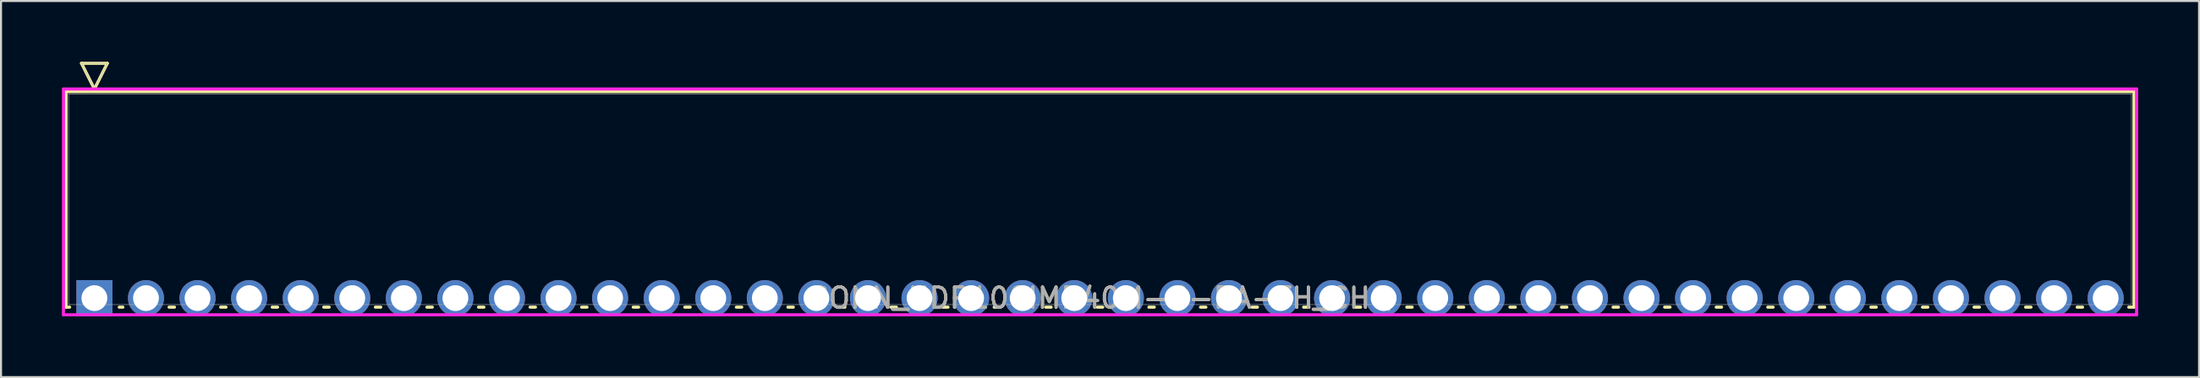
<source format=kicad_pcb>
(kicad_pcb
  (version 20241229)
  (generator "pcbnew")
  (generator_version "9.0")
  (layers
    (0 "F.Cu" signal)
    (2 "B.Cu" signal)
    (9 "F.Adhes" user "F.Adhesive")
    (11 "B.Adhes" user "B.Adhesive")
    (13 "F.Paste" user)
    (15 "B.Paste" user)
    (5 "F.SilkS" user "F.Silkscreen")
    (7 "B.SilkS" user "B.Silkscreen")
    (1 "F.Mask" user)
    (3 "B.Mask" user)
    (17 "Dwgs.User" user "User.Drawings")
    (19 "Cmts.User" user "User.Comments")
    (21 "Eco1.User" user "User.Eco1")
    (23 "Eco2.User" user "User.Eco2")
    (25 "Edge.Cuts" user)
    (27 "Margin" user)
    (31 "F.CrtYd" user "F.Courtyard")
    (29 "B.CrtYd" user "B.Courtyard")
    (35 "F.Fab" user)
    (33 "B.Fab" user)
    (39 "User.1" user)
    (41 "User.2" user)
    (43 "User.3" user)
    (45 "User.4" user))
  (footprint "CONN_HDR100IMP40M-G-RA-TH_CHQ"
    (layer "F.Cu")
    (at 1.6 11.669)
    (property "Reference" "CONN_HDR100IMP40M-G-RA-TH_CHQ" (at 49.53 0 0) (unlocked yes) (layer "F.SilkS") (effects (font (size 1 1) (thickness 0.15))))
    (attr through_hole)
    (fp_line (start -1.397 -10.196) (end -1.397 0.447) (stroke (width 0.152) (type solid)) (layer "F.SilkS"))
    (fp_line (start -1.397 0.447) (end -1.222 0.447) (stroke (width 0.152) (type solid)) (layer "F.SilkS"))
    (fp_line (start -0.635 -11.593) (end 0.635 -11.593) (stroke (width 0.152) (type solid)) (layer "F.SilkS"))
    (fp_line (start 0 -10.323) (end -0.635 -11.593) (stroke (width 0.152) (type solid)) (layer "F.SilkS"))
    (fp_line (start 0.635 -11.593) (end 0 -10.323) (stroke (width 0.152) (type solid)) (layer "F.SilkS"))
    (fp_line (start 1.222 0.447) (end 1.403 0.447) (stroke (width 0.152) (type solid)) (layer "F.SilkS"))
    (fp_line (start 3.677 0.447) (end 3.943 0.447) (stroke (width 0.152) (type solid)) (layer "F.SilkS"))
    (fp_line (start 6.217 0.447) (end 6.483 0.447) (stroke (width 0.152) (type solid)) (layer "F.SilkS"))
    (fp_line (start 8.757 0.447) (end 9.023 0.447) (stroke (width 0.152) (type solid)) (layer "F.SilkS"))
    (fp_line (start 11.297 0.447) (end 11.563 0.447) (stroke (width 0.152) (type solid)) (layer "F.SilkS"))
    (fp_line (start 13.837 0.447) (end 14.103 0.447) (stroke (width 0.152) (type solid)) (layer "F.SilkS"))
    (fp_line (start 16.377 0.447) (end 16.643 0.447) (stroke (width 0.152) (type solid)) (layer "F.SilkS"))
    (fp_line (start 18.917 0.447) (end 19.183 0.447) (stroke (width 0.152) (type solid)) (layer "F.SilkS"))
    (fp_line (start 21.457 0.447) (end 21.723 0.447) (stroke (width 0.152) (type solid)) (layer "F.SilkS"))
    (fp_line (start 23.997 0.447) (end 24.263 0.447) (stroke (width 0.152) (type solid)) (layer "F.SilkS"))
    (fp_line (start 26.537 0.447) (end 26.803 0.447) (stroke (width 0.152) (type solid)) (layer "F.SilkS"))
    (fp_line (start 29.077 0.447) (end 29.343 0.447) (stroke (width 0.152) (type solid)) (layer "F.SilkS"))
    (fp_line (start 31.617 0.447) (end 31.883 0.447) (stroke (width 0.152) (type solid)) (layer "F.SilkS"))
    (fp_line (start 34.157 0.447) (end 34.423 0.447) (stroke (width 0.152) (type solid)) (layer "F.SilkS"))
    (fp_line (start 36.697 0.447) (end 36.963 0.447) (stroke (width 0.152) (type solid)) (layer "F.SilkS"))
    (fp_line (start 39.237 0.447) (end 39.503 0.447) (stroke (width 0.152) (type solid)) (layer "F.SilkS"))
    (fp_line (start 41.777 0.447) (end 42.043 0.447) (stroke (width 0.152) (type solid)) (layer "F.SilkS"))
    (fp_line (start 44.317 0.447) (end 44.583 0.447) (stroke (width 0.152) (type solid)) (layer "F.SilkS"))
    (fp_line (start 46.857 0.447) (end 47.123 0.447) (stroke (width 0.152) (type solid)) (layer "F.SilkS"))
    (fp_line (start 49.397 0.447) (end 49.663 0.447) (stroke (width 0.152) (type solid)) (layer "F.SilkS"))
    (fp_line (start 51.937 0.447) (end 52.203 0.447) (stroke (width 0.152) (type solid)) (layer "F.SilkS"))
    (fp_line (start 54.477 0.447) (end 54.743 0.447) (stroke (width 0.152) (type solid)) (layer "F.SilkS"))
    (fp_line (start 57.017 0.447) (end 57.283 0.447) (stroke (width 0.152) (type solid)) (layer "F.SilkS"))
    (fp_line (start 59.557 0.447) (end 59.823 0.447) (stroke (width 0.152) (type solid)) (layer "F.SilkS"))
    (fp_line (start 62.097 0.447) (end 62.363 0.447) (stroke (width 0.152) (type solid)) (layer "F.SilkS"))
    (fp_line (start 64.637 0.447) (end 64.903 0.447) (stroke (width 0.152) (type solid)) (layer "F.SilkS"))
    (fp_line (start 67.177 0.447) (end 67.443 0.447) (stroke (width 0.152) (type solid)) (layer "F.SilkS"))
    (fp_line (start 69.717 0.447) (end 69.983 0.447) (stroke (width 0.152) (type solid)) (layer "F.SilkS"))
    (fp_line (start 72.257 0.447) (end 72.523 0.447) (stroke (width 0.152) (type solid)) (layer "F.SilkS"))
    (fp_line (start 74.797 0.447) (end 75.063 0.447) (stroke (width 0.152) (type solid)) (layer "F.SilkS"))
    (fp_line (start 77.337 0.447) (end 77.603 0.447) (stroke (width 0.152) (type solid)) (layer "F.SilkS"))
    (fp_line (start 79.877 0.447) (end 80.143 0.447) (stroke (width 0.152) (type solid)) (layer "F.SilkS"))
    (fp_line (start 82.417 0.447) (end 82.683 0.447) (stroke (width 0.152) (type solid)) (layer "F.SilkS"))
    (fp_line (start 84.957 0.447) (end 85.223 0.447) (stroke (width 0.152) (type solid)) (layer "F.SilkS"))
    (fp_line (start 87.497 0.447) (end 87.763 0.447) (stroke (width 0.152) (type solid)) (layer "F.SilkS"))
    (fp_line (start 90.037 0.447) (end 90.303 0.447) (stroke (width 0.152) (type solid)) (layer "F.SilkS"))
    (fp_line (start 92.577 0.447) (end 92.843 0.447) (stroke (width 0.152) (type solid)) (layer "F.SilkS"))
    (fp_line (start 95.117 0.447) (end 95.383 0.447) (stroke (width 0.152) (type solid)) (layer "F.SilkS"))
    (fp_line (start 97.657 0.447) (end 97.923 0.447) (stroke (width 0.152) (type solid)) (layer "F.SilkS"))
    (fp_line (start 100.197 0.447) (end 100.457 0.447) (stroke (width 0.152) (type solid)) (layer "F.SilkS"))
    (fp_line (start 100.457 -10.196) (end -1.397 -10.196) (stroke (width 0.152) (type solid)) (layer "F.SilkS"))
    (fp_line (start 100.457 0.447) (end 100.457 -10.196) (stroke (width 0.152) (type solid)) (layer "F.SilkS"))
    (fp_line (start -1.524 -10.323) (end -1.524 0.823) (stroke (width 0.152) (type solid)) (layer "F.CrtYd"))
    (fp_line (start -1.524 0.823) (end 100.584 0.823) (stroke (width 0.152) (type solid)) (layer "F.CrtYd"))
    (fp_line (start 100.584 -10.323) (end -1.524 -10.323) (stroke (width 0.152) (type solid)) (layer "F.CrtYd"))
    (fp_line (start 100.584 0.823) (end 100.584 -10.323) (stroke (width 0.152) (type solid)) (layer "F.CrtYd"))
    (fp_line (start -1.27 -10.069) (end -1.27 0.32) (stroke (width 0.025) (type solid)) (layer "F.Fab"))
    (fp_line (start -1.27 0.32) (end 100.33 0.32) (stroke (width 0.025) (type solid)) (layer "F.Fab"))
    (fp_line (start -0.635 -11.593) (end 0.635 -11.593) (stroke (width 0.025) (type solid)) (layer "F.Fab"))
    (fp_line (start 0 -10.323) (end -0.635 -11.593) (stroke (width 0.025) (type solid)) (layer "F.Fab"))
    (fp_line (start 0.635 -11.593) (end 0 -10.323) (stroke (width 0.025) (type solid)) (layer "F.Fab"))
    (fp_line (start 100.33 -10.069) (end -1.27 -10.069) (stroke (width 0.025) (type solid)) (layer "F.Fab"))
    (fp_line (start 100.33 0.32) (end 100.33 -10.069) (stroke (width 0.025) (type solid)) (layer "F.Fab"))
    (fp_text user "${REFERENCE}" (at 49.53 0 0) (unlocked yes) (layer "F.Fab") (effects (font (size 1 1) (thickness 0.15))))
    (pad "1" thru_hole rect (at 0 0) (size 1.778 1.778) (drill 1.27) (layers "*.Cu" "*.Mask"))
    (pad "2" thru_hole circle (at 2.54 0) (size 1.778 1.778) (drill 1.27) (layers "*.Cu" "*.Mask"))
    (pad "3" thru_hole circle (at 5.08 0) (size 1.778 1.778) (drill 1.27) (layers "*.Cu" "*.Mask"))
    (pad "4" thru_hole circle (at 7.62 0) (size 1.778 1.778) (drill 1.27) (layers "*.Cu" "*.Mask"))
    (pad "5" thru_hole circle (at 10.16 0) (size 1.778 1.778) (drill 1.27) (layers "*.Cu" "*.Mask"))
    (pad "6" thru_hole circle (at 12.7 0) (size 1.778 1.778) (drill 1.27) (layers "*.Cu" "*.Mask"))
    (pad "7" thru_hole circle (at 15.24 0) (size 1.778 1.778) (drill 1.27) (layers "*.Cu" "*.Mask"))
    (pad "8" thru_hole circle (at 17.78 0) (size 1.778 1.778) (drill 1.27) (layers "*.Cu" "*.Mask"))
    (pad "9" thru_hole circle (at 20.32 0) (size 1.778 1.778) (drill 1.27) (layers "*.Cu" "*.Mask"))
    (pad "10" thru_hole circle (at 22.86 0) (size 1.778 1.778) (drill 1.27) (layers "*.Cu" "*.Mask"))
    (pad "11" thru_hole circle (at 25.4 0) (size 1.778 1.778) (drill 1.27) (layers "*.Cu" "*.Mask"))
    (pad "12" thru_hole circle (at 27.94 0) (size 1.778 1.778) (drill 1.27) (layers "*.Cu" "*.Mask"))
    (pad "13" thru_hole circle (at 30.48 0) (size 1.778 1.778) (drill 1.27) (layers "*.Cu" "*.Mask"))
    (pad "14" thru_hole circle (at 33.02 0) (size 1.778 1.778) (drill 1.27) (layers "*.Cu" "*.Mask"))
    (pad "15" thru_hole circle (at 35.56 0) (size 1.778 1.778) (drill 1.27) (layers "*.Cu" "*.Mask"))
    (pad "16" thru_hole circle (at 38.1 0) (size 1.778 1.778) (drill 1.27) (layers "*.Cu" "*.Mask"))
    (pad "17" thru_hole circle (at 40.64 0) (size 1.778 1.778) (drill 1.27) (layers "*.Cu" "*.Mask"))
    (pad "18" thru_hole circle (at 43.18 0) (size 1.778 1.778) (drill 1.27) (layers "*.Cu" "*.Mask"))
    (pad "19" thru_hole circle (at 45.72 0) (size 1.778 1.778) (drill 1.27) (layers "*.Cu" "*.Mask"))
    (pad "20" thru_hole circle (at 48.26 0) (size 1.778 1.778) (drill 1.27) (layers "*.Cu" "*.Mask"))
    (pad "21" thru_hole circle (at 50.8 0) (size 1.778 1.778) (drill 1.27) (layers "*.Cu" "*.Mask"))
    (pad "22" thru_hole circle (at 53.34 0) (size 1.778 1.778) (drill 1.27) (layers "*.Cu" "*.Mask"))
    (pad "23" thru_hole circle (at 55.88 0) (size 1.778 1.778) (drill 1.27) (layers "*.Cu" "*.Mask"))
    (pad "24" thru_hole circle (at 58.42 0) (size 1.778 1.778) (drill 1.27) (layers "*.Cu" "*.Mask"))
    (pad "25" thru_hole circle (at 60.96 0) (size 1.778 1.778) (drill 1.27) (layers "*.Cu" "*.Mask"))
    (pad "26" thru_hole circle (at 63.5 0) (size 1.778 1.778) (drill 1.27) (layers "*.Cu" "*.Mask"))
    (pad "27" thru_hole circle (at 66.04 0) (size 1.778 1.778) (drill 1.27) (layers "*.Cu" "*.Mask"))
    (pad "28" thru_hole circle (at 68.58 0) (size 1.778 1.778) (drill 1.27) (layers "*.Cu" "*.Mask"))
    (pad "29" thru_hole circle (at 71.12 0) (size 1.778 1.778) (drill 1.27) (layers "*.Cu" "*.Mask"))
    (pad "30" thru_hole circle (at 73.66 0) (size 1.778 1.778) (drill 1.27) (layers "*.Cu" "*.Mask"))
    (pad "31" thru_hole circle (at 76.2 0) (size 1.778 1.778) (drill 1.27) (layers "*.Cu" "*.Mask"))
    (pad "32" thru_hole circle (at 78.74 0) (size 1.778 1.778) (drill 1.27) (layers "*.Cu" "*.Mask"))
    (pad "33" thru_hole circle (at 81.28 0) (size 1.778 1.778) (drill 1.27) (layers "*.Cu" "*.Mask"))
    (pad "34" thru_hole circle (at 83.82 0) (size 1.778 1.778) (drill 1.27) (layers "*.Cu" "*.Mask"))
    (pad "35" thru_hole circle (at 86.36 0) (size 1.778 1.778) (drill 1.27) (layers "*.Cu" "*.Mask"))
    (pad "36" thru_hole circle (at 88.9 0) (size 1.778 1.778) (drill 1.27) (layers "*.Cu" "*.Mask"))
    (pad "37" thru_hole circle (at 91.44 0) (size 1.778 1.778) (drill 1.27) (layers "*.Cu" "*.Mask"))
    (pad "38" thru_hole circle (at 93.98 0) (size 1.778 1.778) (drill 1.27) (layers "*.Cu" "*.Mask"))
    (pad "39" thru_hole circle (at 96.52 0) (size 1.778 1.778) (drill 1.27) (layers "*.Cu" "*.Mask"))
    (pad "40" thru_hole circle (at 99.06 0) (size 1.778 1.778) (drill 1.27) (layers "*.Cu" "*.Mask")))
  (gr_rect
    (start -3 -3)
    (end 105.26 15.568)
    (stroke (width 0.1) (type default))
    (fill no)
    (layer "Edge.Cuts")))
</source>
